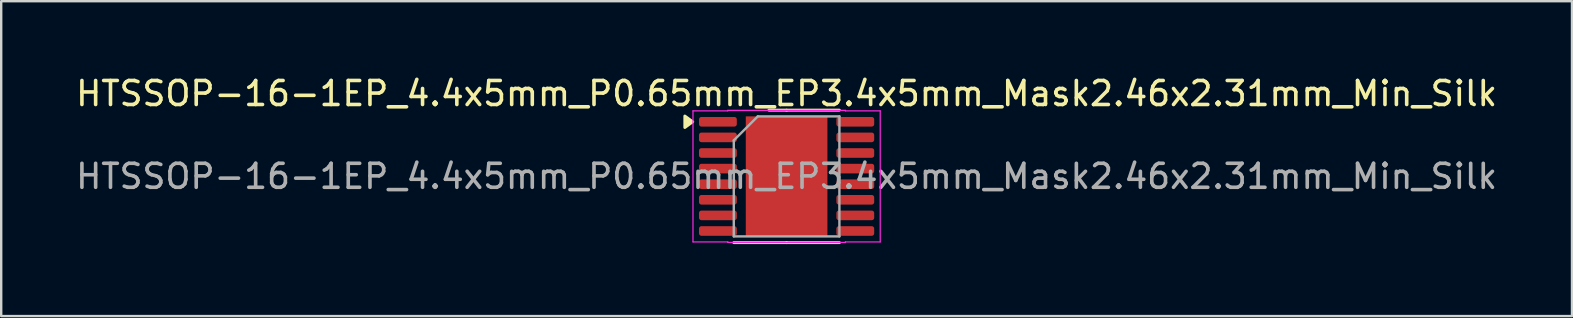
<source format=kicad_pcb>
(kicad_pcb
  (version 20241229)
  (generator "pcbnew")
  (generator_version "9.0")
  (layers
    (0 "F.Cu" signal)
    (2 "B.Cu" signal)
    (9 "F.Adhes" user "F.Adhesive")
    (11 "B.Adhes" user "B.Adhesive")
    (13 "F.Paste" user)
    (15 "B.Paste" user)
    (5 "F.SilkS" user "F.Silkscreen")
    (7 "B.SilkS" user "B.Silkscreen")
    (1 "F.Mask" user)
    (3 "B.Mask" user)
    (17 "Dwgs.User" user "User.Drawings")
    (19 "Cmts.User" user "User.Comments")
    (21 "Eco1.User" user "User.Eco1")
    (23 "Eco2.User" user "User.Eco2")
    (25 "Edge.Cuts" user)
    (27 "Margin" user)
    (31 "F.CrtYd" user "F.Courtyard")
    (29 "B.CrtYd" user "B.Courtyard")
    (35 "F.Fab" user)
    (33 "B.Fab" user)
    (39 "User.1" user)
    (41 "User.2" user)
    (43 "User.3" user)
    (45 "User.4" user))
  (footprint "HTSSOP-16-1EP_4.4x5mm_P0.65mm_EP3.4x5mm_Mask2.46x2.31mm_Min_Silk"
    (layer "F.Cu")
    (at 29.72 4.298)
    (property "Reference" "HTSSOP-16-1EP_4.4x5mm_P0.65mm_EP3.4x5mm_Mask2.46x2.31mm_Min_Silk" (at 0 -3.45 0) (layer "F.SilkS") (effects (font (size 1 1) (thickness 0.15))))
    (attr smd)
    (fp_line (start 0 -2.76) (end -0.737 -2.76) (stroke (width 0.12) (type solid)) (layer "F.SilkS"))
    (fp_line (start 0 -2.76) (end 2.2 -2.76) (stroke (width 0.12) (type solid)) (layer "F.SilkS"))
    (fp_line (start 0 2.76) (end -2.2 2.76) (stroke (width 0.12) (type solid)) (layer "F.SilkS"))
    (fp_line (start 0 2.76) (end 2.2 2.76) (stroke (width 0.12) (type solid)) (layer "F.SilkS"))
    (fp_poly (pts (xy -3.91 -2.275) (xy -4.24 -2.035) (xy -4.24 -2.515)) (stroke (width 0.12) (type solid)) (fill yes) (layer "F.SilkS"))
    (fp_line (start -3.9 -2.73) (end -2.45 -2.73) (stroke (width 0.05) (type solid)) (layer "F.CrtYd"))
    (fp_line (start -3.9 2.73) (end -3.9 -2.73) (stroke (width 0.05) (type solid)) (layer "F.CrtYd"))
    (fp_line (start -2.45 -2.75) (end 2.45 -2.75) (stroke (width 0.05) (type solid)) (layer "F.CrtYd"))
    (fp_line (start -2.45 -2.73) (end -2.45 -2.75) (stroke (width 0.05) (type solid)) (layer "F.CrtYd"))
    (fp_line (start -2.45 2.73) (end -3.9 2.73) (stroke (width 0.05) (type solid)) (layer "F.CrtYd"))
    (fp_line (start -2.45 2.75) (end -2.45 2.73) (stroke (width 0.05) (type solid)) (layer "F.CrtYd"))
    (fp_line (start 2.45 -2.75) (end 2.45 -2.73) (stroke (width 0.05) (type solid)) (layer "F.CrtYd"))
    (fp_line (start 2.45 -2.73) (end 3.9 -2.73) (stroke (width 0.05) (type solid)) (layer "F.CrtYd"))
    (fp_line (start 2.45 2.73) (end 2.45 2.75) (stroke (width 0.05) (type solid)) (layer "F.CrtYd"))
    (fp_line (start 2.45 2.75) (end -2.45 2.75) (stroke (width 0.05) (type solid)) (layer "F.CrtYd"))
    (fp_line (start 3.9 -2.73) (end 3.9 2.73) (stroke (width 0.05) (type solid)) (layer "F.CrtYd"))
    (fp_line (start 3.9 2.73) (end 2.45 2.73) (stroke (width 0.05) (type solid)) (layer "F.CrtYd"))
    (fp_line (start -2.2 -1.5) (end -1.2 -2.5) (stroke (width 0.1) (type solid)) (layer "F.Fab"))
    (fp_line (start -2.2 2.5) (end -2.2 -1.5) (stroke (width 0.1) (type solid)) (layer "F.Fab"))
    (fp_line (start -1.2 -2.5) (end 2.2 -2.5) (stroke (width 0.1) (type solid)) (layer "F.Fab"))
    (fp_line (start 2.2 -2.5) (end 2.2 2.5) (stroke (width 0.1) (type solid)) (layer "F.Fab"))
    (fp_line (start 2.2 2.5) (end -2.2 2.5) (stroke (width 0.1) (type solid)) (layer "F.Fab"))
    (fp_text user "${REFERENCE}" (at 0 0 0) (layer "F.Fab") (effects (font (size 1 1) (thickness 0.15))))
    (pad "" smd roundrect (at 0 -0.58) (size 1.98 0.93) (layers "F.Paste") (roundrect_rratio 0.25))
    (pad "" smd rect (at 0 0) (size 2.46 2.31) (layers "F.Mask"))
    (pad "" smd roundrect (at 0 0.58) (size 1.98 0.93) (layers "F.Paste") (roundrect_rratio 0.25))
    (pad "1" smd roundrect (at -2.862 -2.275) (size 1.575 0.4) (layers "F.Cu" "F.Mask" "F.Paste") (roundrect_rratio 0.25))
    (pad "2" smd roundrect (at -2.862 -1.625) (size 1.575 0.4) (layers "F.Cu" "F.Mask" "F.Paste") (roundrect_rratio 0.25))
    (pad "3" smd roundrect (at -2.862 -0.975) (size 1.575 0.4) (layers "F.Cu" "F.Mask" "F.Paste") (roundrect_rratio 0.25))
    (pad "4" smd roundrect (at -2.862 -0.325) (size 1.575 0.4) (layers "F.Cu" "F.Mask" "F.Paste") (roundrect_rratio 0.25))
    (pad "5" smd roundrect (at -2.862 0.325) (size 1.575 0.4) (layers "F.Cu" "F.Mask" "F.Paste") (roundrect_rratio 0.25))
    (pad "6" smd roundrect (at -2.862 0.975) (size 1.575 0.4) (layers "F.Cu" "F.Mask" "F.Paste") (roundrect_rratio 0.25))
    (pad "7" smd roundrect (at -2.862 1.625) (size 1.575 0.4) (layers "F.Cu" "F.Mask" "F.Paste") (roundrect_rratio 0.25))
    (pad "8" smd roundrect (at -2.862 2.275) (size 1.575 0.4) (layers "F.Cu" "F.Mask" "F.Paste") (roundrect_rratio 0.25))
    (pad "9" smd roundrect (at 2.862 2.275) (size 1.575 0.4) (layers "F.Cu" "F.Mask" "F.Paste") (roundrect_rratio 0.25))
    (pad "10" smd roundrect (at 2.862 1.625) (size 1.575 0.4) (layers "F.Cu" "F.Mask" "F.Paste") (roundrect_rratio 0.25))
    (pad "11" smd roundrect (at 2.862 0.975) (size 1.575 0.4) (layers "F.Cu" "F.Mask" "F.Paste") (roundrect_rratio 0.25))
    (pad "12" smd roundrect (at 2.862 0.325) (size 1.575 0.4) (layers "F.Cu" "F.Mask" "F.Paste") (roundrect_rratio 0.25))
    (pad "13" smd roundrect (at 2.862 -0.325) (size 1.575 0.4) (layers "F.Cu" "F.Mask" "F.Paste") (roundrect_rratio 0.25))
    (pad "14" smd roundrect (at 2.862 -0.975) (size 1.575 0.4) (layers "F.Cu" "F.Mask" "F.Paste") (roundrect_rratio 0.25))
    (pad "15" smd roundrect (at 2.862 -1.625) (size 1.575 0.4) (layers "F.Cu" "F.Mask" "F.Paste") (roundrect_rratio 0.25))
    (pad "16" smd roundrect (at 2.862 -2.275) (size 1.575 0.4) (layers "F.Cu" "F.Mask" "F.Paste") (roundrect_rratio 0.25))
    (pad "17" smd rect (at 0 0) (size 3.4 5) (property pad_prop_heatsink) (layers "F.Cu")))
  (gr_rect
    (start -3 -3)
    (end 62.44 10.118)
    (stroke (width 0.1) (type default))
    (fill no)
    (layer "Edge.Cuts")))
</source>
